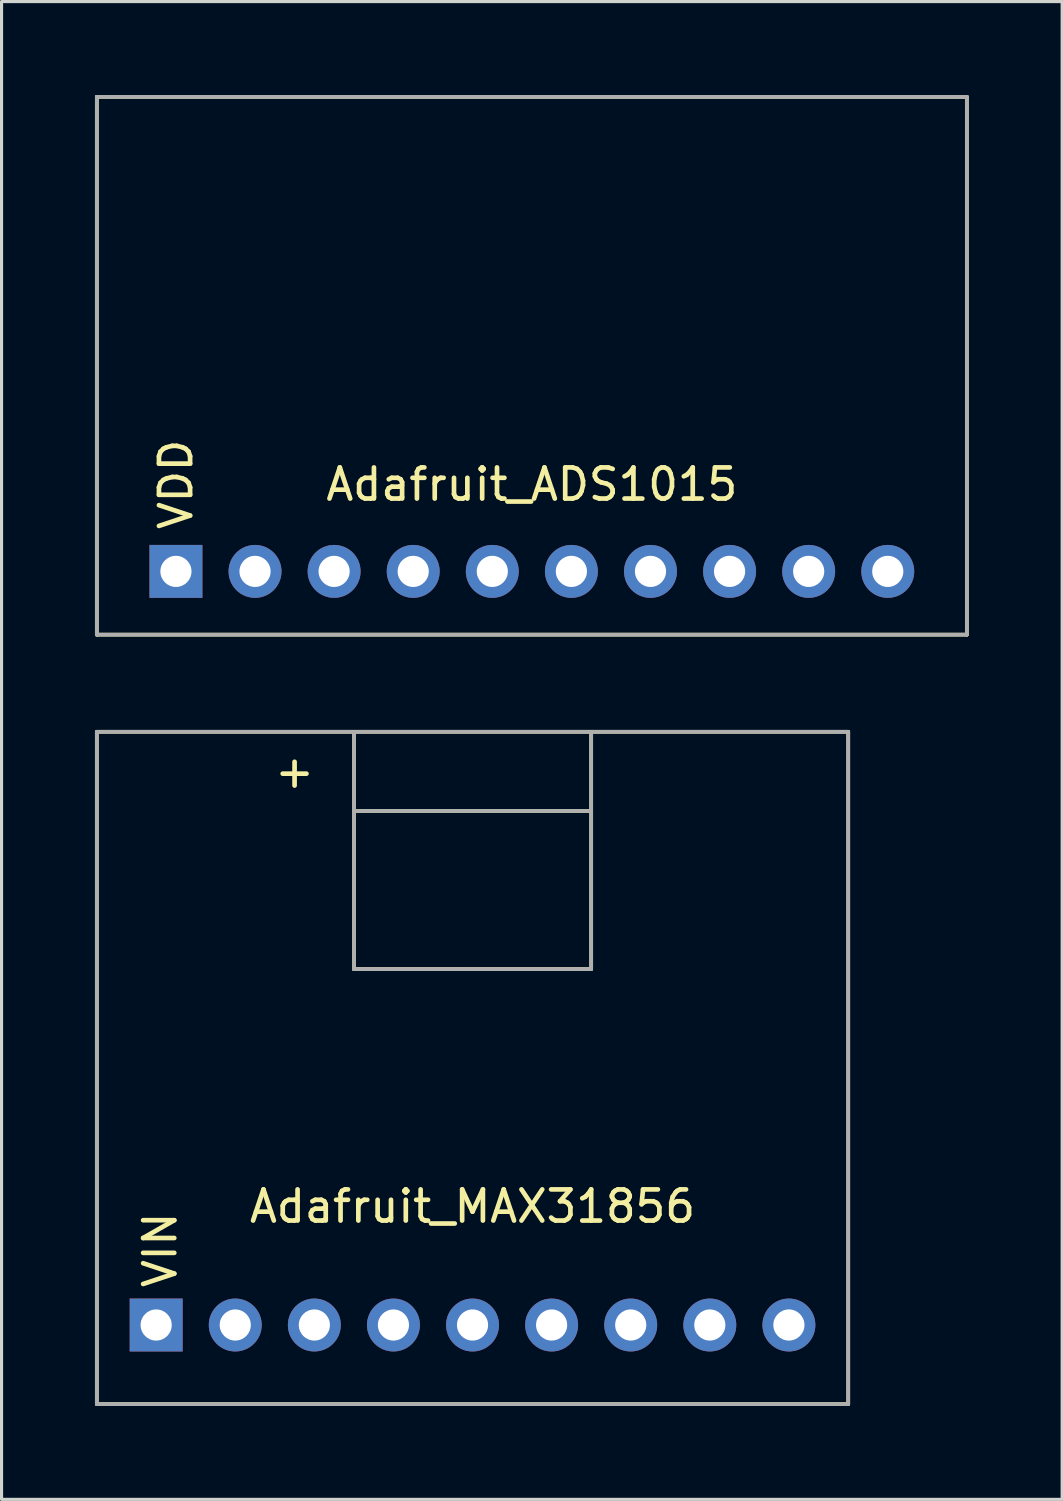
<source format=kicad_pcb>
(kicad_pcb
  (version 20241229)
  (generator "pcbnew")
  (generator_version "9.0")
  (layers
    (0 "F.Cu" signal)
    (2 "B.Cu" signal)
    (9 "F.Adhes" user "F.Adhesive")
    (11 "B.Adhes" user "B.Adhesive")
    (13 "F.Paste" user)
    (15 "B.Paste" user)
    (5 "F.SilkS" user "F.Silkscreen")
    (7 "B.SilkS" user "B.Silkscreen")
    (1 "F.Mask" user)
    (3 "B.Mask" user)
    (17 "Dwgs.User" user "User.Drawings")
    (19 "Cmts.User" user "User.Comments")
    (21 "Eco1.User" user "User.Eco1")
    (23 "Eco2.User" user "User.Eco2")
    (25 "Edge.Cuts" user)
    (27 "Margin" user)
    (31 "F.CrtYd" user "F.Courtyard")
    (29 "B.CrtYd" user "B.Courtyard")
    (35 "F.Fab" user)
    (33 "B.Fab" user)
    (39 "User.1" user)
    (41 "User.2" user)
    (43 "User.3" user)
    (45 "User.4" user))
  (footprint "Adafruit_MAX31856"
    (layer "F.Cu")
    (at 12.125 31.247)
    (property "Reference" "Adafruit_MAX31856" (at 0 4.445 0) (layer "F.SilkS") (effects (font (size 1 1) (thickness 0.15))))
    (attr through_hole)
    (fp_line (start -12.065 -10.795) (end -12.065 10.795) (stroke (width 0.12) (type solid)) (layer "F.SilkS"))
    (fp_line (start -12.065 10.795) (end 12.065 10.795) (stroke (width 0.12) (type solid)) (layer "F.SilkS"))
    (fp_line (start -3.81 -10.795) (end -3.81 -3.175) (stroke (width 0.12) (type solid)) (layer "F.SilkS"))
    (fp_line (start -3.81 -8.255) (end 3.81 -8.255) (stroke (width 0.12) (type solid)) (layer "F.SilkS"))
    (fp_line (start -3.81 -3.175) (end 3.81 -3.175) (stroke (width 0.12) (type solid)) (layer "F.SilkS"))
    (fp_line (start 3.81 -3.175) (end 3.81 -10.795) (stroke (width 0.12) (type solid)) (layer "F.SilkS"))
    (fp_line (start 12.065 -10.795) (end -12.065 -10.795) (stroke (width 0.12) (type solid)) (layer "F.SilkS"))
    (fp_line (start 12.065 -10.795) (end 12.065 10.795) (stroke (width 0.12) (type solid)) (layer "F.SilkS"))
    (fp_line (start -12.065 -10.795) (end 12.065 -10.795) (stroke (width 0.12) (type solid)) (layer "F.Fab"))
    (fp_line (start -12.065 10.795) (end -12.065 -10.795) (stroke (width 0.12) (type solid)) (layer "F.Fab"))
    (fp_line (start -3.81 -8.255) (end 3.81 -8.255) (stroke (width 0.12) (type solid)) (layer "F.Fab"))
    (fp_line (start -3.81 -3.175) (end -3.81 -10.795) (stroke (width 0.12) (type solid)) (layer "F.Fab"))
    (fp_line (start 0 -3.175) (end -3.81 -3.175) (stroke (width 0.12) (type solid)) (layer "F.Fab"))
    (fp_line (start 3.81 -10.795) (end 3.81 -3.175) (stroke (width 0.12) (type solid)) (layer "F.Fab"))
    (fp_line (start 3.81 -3.175) (end 0 -3.175) (stroke (width 0.12) (type solid)) (layer "F.Fab"))
    (fp_line (start 12.065 -10.795) (end 12.065 10.795) (stroke (width 0.12) (type solid)) (layer "F.Fab"))
    (fp_line (start 12.065 10.795) (end -12.065 10.795) (stroke (width 0.12) (type solid)) (layer "F.Fab"))
    (fp_text user "VIN" (at -10.033 5.842 90) (layer "F.SilkS") (effects (font (size 1 1) (thickness 0.15))))
    (fp_text user "+" (at -5.715 -9.525 0) (layer "F.SilkS") (effects (font (size 1 1) (thickness 0.15))))
    (pad "1" thru_hole rect (at -10.16 8.255) (size 1.7 1.7) (drill 1) (layers "*.Cu" "*.Mask"))
    (pad "2" thru_hole circle (at -7.62 8.255) (size 1.7 1.7) (drill 1) (layers "*.Cu" "*.Mask"))
    (pad "3" thru_hole circle (at -5.08 8.255) (size 1.7 1.7) (drill 1) (layers "*.Cu" "*.Mask"))
    (pad "4" thru_hole circle (at -2.54 8.255) (size 1.7 1.7) (drill 1) (layers "*.Cu" "*.Mask"))
    (pad "5" thru_hole circle (at 0 8.255) (size 1.7 1.7) (drill 1) (layers "*.Cu" "*.Mask"))
    (pad "6" thru_hole circle (at 2.54 8.255) (size 1.7 1.7) (drill 1) (layers "*.Cu" "*.Mask"))
    (pad "7" thru_hole circle (at 5.08 8.255) (size 1.7 1.7) (drill 1) (layers "*.Cu" "*.Mask"))
    (pad "8" thru_hole circle (at 7.62 8.255) (size 1.7 1.7) (drill 1) (layers "*.Cu" "*.Mask"))
    (pad "9" thru_hole circle (at 10.16 8.255) (size 1.7 1.7) (drill 1) (layers "*.Cu" "*.Mask")))
  (footprint "Adafruit_ADS1015"
    (layer "F.Cu")
    (at 14.03 8.696)
    (property "Reference" "Adafruit_ADS1015" (at 0 3.81 0) (layer "F.SilkS") (effects (font (size 1 1) (thickness 0.15))))
    (attr through_hole)
    (fp_line (start -13.97 -8.636) (end -13.97 8.636) (stroke (width 0.12) (type solid)) (layer "F.SilkS"))
    (fp_line (start -13.97 -8.636) (end 13.97 -8.636) (stroke (width 0.12) (type solid)) (layer "F.SilkS"))
    (fp_line (start -13.97 8.636) (end 13.97 8.636) (stroke (width 0.12) (type solid)) (layer "F.SilkS"))
    (fp_line (start 13.97 -8.636) (end 13.97 8.636) (stroke (width 0.12) (type solid)) (layer "F.SilkS"))
    (fp_line (start -13.97 -8.636) (end 13.97 -8.636) (stroke (width 0.12) (type solid)) (layer "F.Fab"))
    (fp_line (start -13.97 8.636) (end -13.97 -8.636) (stroke (width 0.12) (type solid)) (layer "F.Fab"))
    (fp_line (start 13.97 -8.636) (end 13.97 8.636) (stroke (width 0.12) (type solid)) (layer "F.Fab"))
    (fp_line (start 13.97 8.636) (end -13.97 8.636) (stroke (width 0.12) (type solid)) (layer "F.Fab"))
    (fp_text user "VDD" (at -11.43 3.81 90) (layer "F.SilkS") (effects (font (size 1 1) (thickness 0.15))))
    (pad "1" thru_hole rect (at -11.43 6.604) (size 1.7 1.7) (drill 1) (layers "*.Cu" "*.Mask"))
    (pad "2" thru_hole circle (at -8.89 6.604) (size 1.7 1.7) (drill 1) (layers "*.Cu" "*.Mask"))
    (pad "3" thru_hole circle (at -6.35 6.604) (size 1.7 1.7) (drill 1) (layers "*.Cu" "*.Mask"))
    (pad "4" thru_hole circle (at -3.81 6.604) (size 1.7 1.7) (drill 1) (layers "*.Cu" "*.Mask"))
    (pad "5" thru_hole circle (at -1.27 6.604) (size 1.7 1.7) (drill 1) (layers "*.Cu" "*.Mask"))
    (pad "6" thru_hole circle (at 1.27 6.604) (size 1.7 1.7) (drill 1) (layers "*.Cu" "*.Mask"))
    (pad "7" thru_hole circle (at 3.81 6.604) (size 1.7 1.7) (drill 1) (layers "*.Cu" "*.Mask"))
    (pad "8" thru_hole circle (at 6.35 6.604) (size 1.7 1.7) (drill 1) (layers "*.Cu" "*.Mask"))
    (pad "9" thru_hole circle (at 8.89 6.604) (size 1.7 1.7) (drill 1) (layers "*.Cu" "*.Mask"))
    (pad "10" thru_hole circle (at 11.43 6.604) (size 1.7 1.7) (drill 1) (layers "*.Cu" "*.Mask")))
  (gr_rect
    (start -3 -3)
    (end 31.06 45.102)
    (stroke (width 0.1) (type default))
    (fill no)
    (layer "Edge.Cuts")))
</source>
